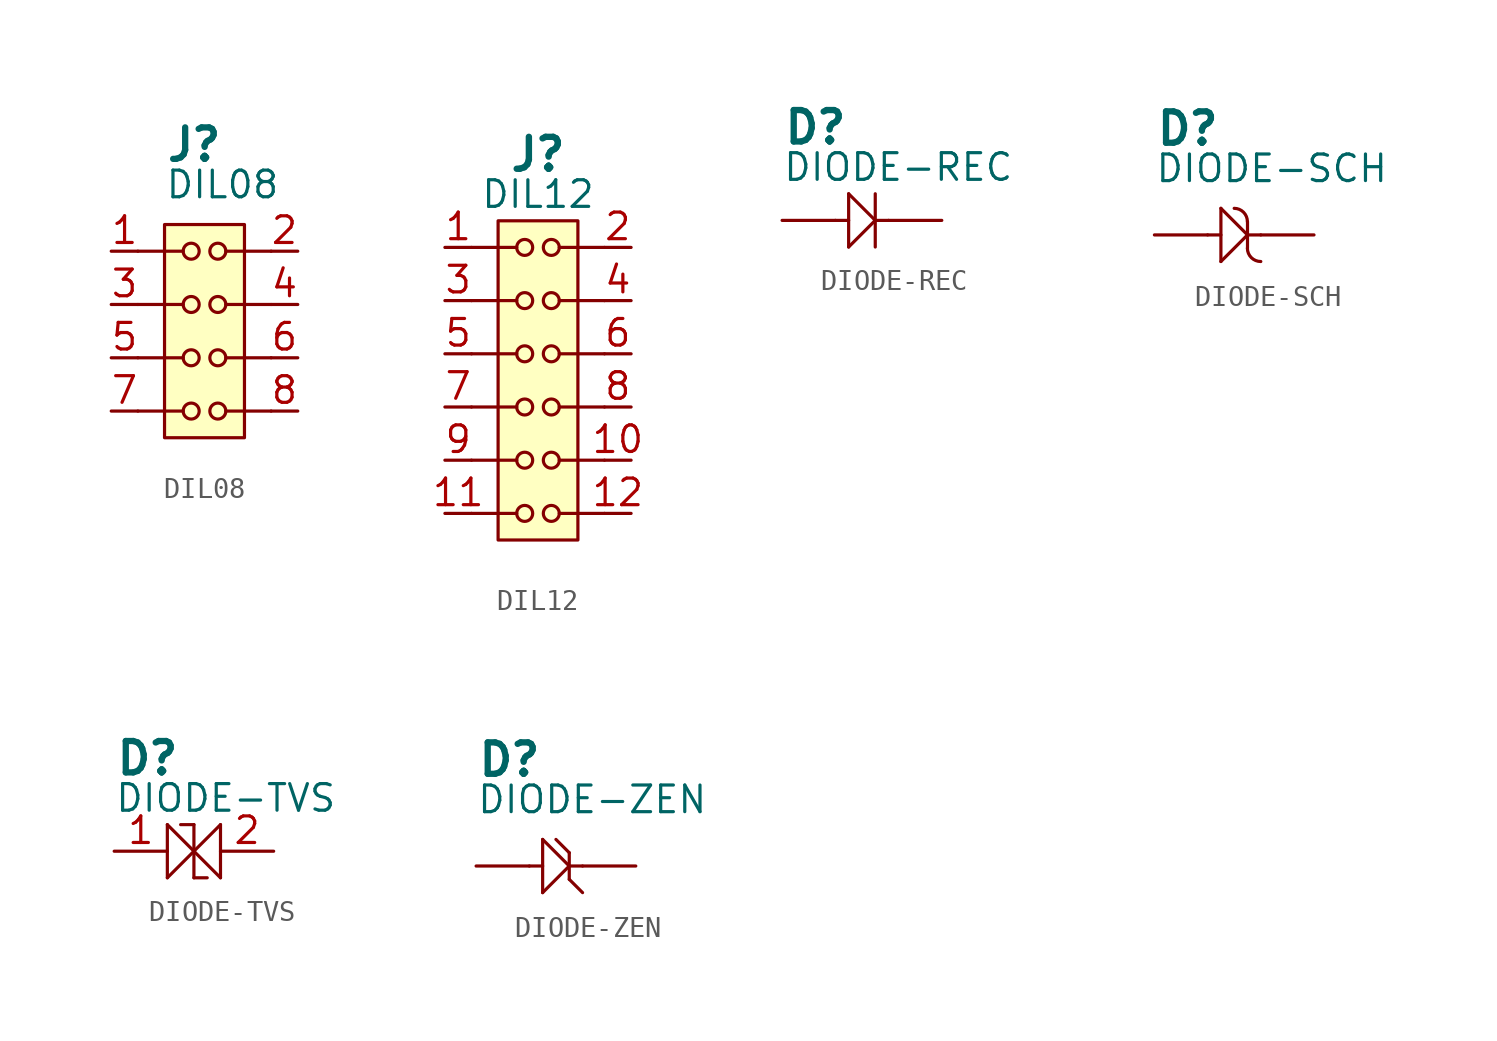
<source format=kicad_sym>
(kicad_symbol_lib
  (version 20231120)
  (generator "kicad_symbol_editor")
  (generator_version "8.0")
  (symbol "DIL08"
    (pin_names hide)
    (property "Reference" "J"
      (at 0 0 0)
      (effects (font (size 1.5 1.5) (bold yes)) (justify left)))
    (property "Value" "DIL08"
      (at 0 -1.905 0)
      (effects (font (size 1.27 1.27)) (justify left)))
    (symbol "DIL08_0_0"
      (polyline (pts (xy -1.27 -12.7) (xy 0.889 -12.7)) (stroke (width 0) (type default)) (fill (type none)))
      (polyline (pts (xy -1.27 -10.16) (xy 0.889 -10.16)) (stroke (width 0) (type default)) (fill (type none)))
      (polyline (pts (xy -1.27 -7.62) (xy 0.889 -7.62)) (stroke (width 0) (type default)) (fill (type none)))
      (polyline (pts (xy -1.27 -5.08) (xy 0.889 -5.08)) (stroke (width 0) (type default)) (fill (type none)))
      (polyline (pts (xy 5.08 -12.7) (xy 2.921 -12.7)) (stroke (width 0) (type default)) (fill (type none)))
      (polyline (pts (xy 5.08 -10.16) (xy 2.921 -10.16)) (stroke (width 0) (type default)) (fill (type none)))
      (polyline (pts (xy 5.08 -7.62) (xy 2.921 -7.62)) (stroke (width 0) (type default)) (fill (type none)))
      (polyline (pts (xy 5.08 -5.08) (xy 2.921 -5.08)) (stroke (width 0) (type default)) (fill (type none))))
    (symbol "DIL08_1_0"
      (rectangle (start 0 -3.81) (end 3.81 -13.97) (stroke (width 0) (type default)) (fill (type background)))
      (circle (center 1.27 -12.7) (radius 0.381) (stroke (width 0) (type default)) (fill (type none)))
      (circle (center 1.27 -10.16) (radius 0.381) (stroke (width 0) (type default)) (fill (type none)))
      (circle (center 1.27 -7.62) (radius 0.381) (stroke (width 0) (type default)) (fill (type none)))
      (circle (center 1.27 -5.08) (radius 0.381) (stroke (width 0) (type default)) (fill (type none)))
      (circle (center 2.54 -12.7) (radius 0.381) (stroke (width 0) (type default)) (fill (type none)))
      (circle (center 2.54 -10.16) (radius 0.381) (stroke (width 0) (type default)) (fill (type none)))
      (circle (center 2.54 -7.62) (radius 0.381) (stroke (width 0) (type default)) (fill (type none)))
      (circle (center 2.54 -5.08) (radius 0.381) (stroke (width 0) (type default)) (fill (type none)))
      (pin passive line (at -2.54 -5.08 0) (length 1.27) (name "1" (effects (font (size 1.27 1.27)))) (number "1" (effects (font (size 1.27 1.27)))))
      (pin passive line (at 6.35 -5.08 180) (length 1.27) (name "2" (effects (font (size 1.27 1.27)))) (number "2" (effects (font (size 1.27 1.27)))))
      (pin passive line (at -2.54 -7.62 0) (length 1.27) (name "3" (effects (font (size 1.27 1.27)))) (number "3" (effects (font (size 1.27 1.27)))))
      (pin passive line (at 6.35 -7.62 180) (length 1.27) (name "4" (effects (font (size 1.27 1.27)))) (number "4" (effects (font (size 1.27 1.27)))))
      (pin passive line (at -2.54 -10.16 0) (length 1.27) (name "5" (effects (font (size 1.27 1.27)))) (number "5" (effects (font (size 1.27 1.27)))))
      (pin passive line (at 6.35 -10.16 180) (length 1.27) (name "6" (effects (font (size 1.27 1.27)))) (number "6" (effects (font (size 1.27 1.27)))))
      (pin passive line (at -2.54 -12.7 0) (length 1.27) (name "7" (effects (font (size 1.27 1.27)))) (number "7" (effects (font (size 1.27 1.27)))))
      (pin passive line (at 6.35 -12.7 180) (length 1.27) (name "8" (effects (font (size 1.27 1.27)))) (number "8" (effects (font (size 1.27 1.27)))))))
  (symbol "DIL12"
    (pin_names hide)
    (property "Reference" "J"
      (at 0 0 0)
      (effects (font (size 1.524 1.524) (bold yes))))
    (property "Value" "DIL12"
      (at 0 -1.905 0)
      (effects (font (size 1.27 1.27))))
    (symbol "DIL12_0_0"
      (polyline (pts (xy -3.175 -17.145) (xy -1.016 -17.145)) (stroke (width 0) (type default)) (fill (type none)))
      (polyline (pts (xy -3.175 -14.605) (xy -1.016 -14.605)) (stroke (width 0) (type default)) (fill (type none)))
      (polyline (pts (xy -3.175 -12.065) (xy -1.016 -12.065)) (stroke (width 0) (type default)) (fill (type none)))
      (polyline (pts (xy -3.175 -9.525) (xy -1.016 -9.525)) (stroke (width 0) (type default)) (fill (type none)))
      (polyline (pts (xy -3.175 -6.985) (xy -1.016 -6.985)) (stroke (width 0) (type default)) (fill (type none)))
      (polyline (pts (xy -3.175 -4.445) (xy -1.016 -4.445)) (stroke (width 0) (type default)) (fill (type none)))
      (polyline (pts (xy 3.175 -17.145) (xy 1.016 -17.145)) (stroke (width 0) (type default)) (fill (type none)))
      (polyline (pts (xy 3.175 -14.605) (xy 1.016 -14.605)) (stroke (width 0) (type default)) (fill (type none)))
      (polyline (pts (xy 3.175 -12.065) (xy 1.016 -12.065)) (stroke (width 0) (type default)) (fill (type none)))
      (polyline (pts (xy 3.175 -9.525) (xy 1.016 -9.525)) (stroke (width 0) (type default)) (fill (type none)))
      (polyline (pts (xy 3.175 -6.985) (xy 1.016 -6.985)) (stroke (width 0) (type default)) (fill (type none)))
      (polyline (pts (xy 3.175 -4.445) (xy 1.016 -4.445)) (stroke (width 0) (type default)) (fill (type none))))
    (symbol "DIL12_1_0"
      (rectangle (start -1.905 -3.175) (end 1.905 -18.415) (stroke (width 0) (type default)) (fill (type background)))
      (circle (center -0.635 -17.145) (radius 0.381) (stroke (width 0) (type default)) (fill (type none)))
      (circle (center -0.635 -14.605) (radius 0.381) (stroke (width 0) (type default)) (fill (type none)))
      (circle (center -0.635 -12.065) (radius 0.381) (stroke (width 0) (type default)) (fill (type none)))
      (circle (center -0.635 -9.525) (radius 0.381) (stroke (width 0) (type default)) (fill (type none)))
      (circle (center -0.635 -6.985) (radius 0.381) (stroke (width 0) (type default)) (fill (type none)))
      (circle (center -0.635 -4.445) (radius 0.381) (stroke (width 0) (type default)) (fill (type none)))
      (circle (center 0.635 -17.145) (radius 0.381) (stroke (width 0) (type default)) (fill (type none)))
      (circle (center 0.635 -14.605) (radius 0.381) (stroke (width 0) (type default)) (fill (type none)))
      (circle (center 0.635 -12.065) (radius 0.381) (stroke (width 0) (type default)) (fill (type none)))
      (circle (center 0.635 -9.525) (radius 0.381) (stroke (width 0) (type default)) (fill (type none)))
      (circle (center 0.635 -6.985) (radius 0.381) (stroke (width 0) (type default)) (fill (type none)))
      (circle (center 0.635 -4.445) (radius 0.381) (stroke (width 0) (type default)) (fill (type none)))
      (pin passive line (at -4.445 -4.445 0) (length 1.27) (name "1" (effects (font (size 1.27 1.27)))) (number "1" (effects (font (size 1.27 1.27)))))
      (pin passive line (at 4.445 -14.605 180) (length 1.27) (name "10" (effects (font (size 1.27 1.27)))) (number "10" (effects (font (size 1.27 1.27)))))
      (pin passive line (at -4.445 -17.145 0) (length 1.27) (name "11" (effects (font (size 1.27 1.27)))) (number "11" (effects (font (size 1.27 1.27)))))
      (pin passive line (at 4.445 -17.145 180) (length 1.27) (name "12" (effects (font (size 1.27 1.27)))) (number "12" (effects (font (size 1.27 1.27)))))
      (pin passive line (at 4.445 -4.445 180) (length 1.27) (name "2" (effects (font (size 1.27 1.27)))) (number "2" (effects (font (size 1.27 1.27)))))
      (pin passive line (at -4.445 -6.985 0) (length 1.27) (name "3" (effects (font (size 1.27 1.27)))) (number "3" (effects (font (size 1.27 1.27)))))
      (pin passive line (at 4.445 -6.985 180) (length 1.27) (name "4" (effects (font (size 1.27 1.27)))) (number "4" (effects (font (size 1.27 1.27)))))
      (pin passive line (at -4.445 -9.525 0) (length 1.27) (name "5" (effects (font (size 1.27 1.27)))) (number "5" (effects (font (size 1.27 1.27)))))
      (pin passive line (at 4.445 -9.525 180) (length 1.27) (name "6" (effects (font (size 1.27 1.27)))) (number "6" (effects (font (size 1.27 1.27)))))
      (pin passive line (at -4.445 -12.065 0) (length 1.27) (name "7" (effects (font (size 1.27 1.27)))) (number "7" (effects (font (size 1.27 1.27)))))
      (pin passive line (at 4.445 -12.065 180) (length 1.27) (name "8" (effects (font (size 1.27 1.27)))) (number "8" (effects (font (size 1.27 1.27)))))
      (pin passive line (at -4.445 -14.605 0) (length 1.27) (name "9" (effects (font (size 1.27 1.27)))) (number "9" (effects (font (size 1.27 1.27)))))))
  (symbol "DIODE-REC"
    (pin_numbers hide)
    (pin_names hide)
    (property "Reference" "D"
      (at -3.175 0 0)
      (effects (font (size 1.5 1.5) (bold yes)) (justify left)))
    (property "Value" "DIODE-REC"
      (at -3.175 -1.905 0)
      (effects (font (size 1.27 1.27)) (justify left)))
    (symbol "DIODE-REC_0_1"
      (polyline (pts (xy -0.635 -4.445) (xy 0 -4.445)) (stroke (width 0) (type default)) (fill (type none)))
      (polyline (pts (xy 0 -3.175) (xy 0 -5.715)) (stroke (width 0) (type default)) (fill (type none)))
      (polyline (pts (xy 1.27 -4.445) (xy 1.905 -4.445)) (stroke (width 0) (type default)) (fill (type none)))
      (polyline (pts (xy 1.27 -3.175) (xy 1.27 -5.715)) (stroke (width 0) (type default)) (fill (type none)))
      (polyline (pts (xy 0 -3.175) (xy 1.27 -4.445) (xy 0 -5.715)) (stroke (width 0) (type default)) (fill (type none))))
    (symbol "DIODE-REC_1_1"
      (pin bidirectional line (at -3.175 -4.445 0) (length 2.54) (name "A" (effects (font (size 1.27 1.27)))) (number "A" (effects (font (size 1.27 1.27)))))
      (pin bidirectional line (at 4.445 -4.445 180) (length 2.54) (name "K" (effects (font (size 1.27 1.27)))) (number "K" (effects (font (size 1.27 1.27)))))))
  (symbol "DIODE-SCH"
    (pin_numbers hide)
    (pin_names hide)
    (property "Reference" "D"
      (at 0 0 0)
      (effects (font (size 1.5 1.5) (bold yes)) (justify left)))
    (property "Value" "DIODE-SCH"
      (at 0 -1.905 0)
      (effects (font (size 1.27 1.27)) (justify left)))
    (symbol "DIODE-SCH_0_1"
      (polyline (pts (xy 2.54 -5.08) (xy 3.175 -5.08)) (stroke (width 0) (type default)) (fill (type none)))
      (polyline (pts (xy 3.175 -3.81) (xy 3.175 -6.35)) (stroke (width 0) (type default)) (fill (type none)))
      (polyline (pts (xy 4.445 -5.08) (xy 5.08 -5.08)) (stroke (width 0) (type default)) (fill (type none)))
      (polyline (pts (xy 4.445 -4.445) (xy 4.445 -5.715)) (stroke (width 0) (type default)) (fill (type none)))
      (polyline (pts (xy 3.175 -3.81) (xy 4.445 -5.08) (xy 3.175 -6.35)) (stroke (width 0) (type default)) (fill (type none)))
      (arc (start 4.445 -5.715) (mid 4.631 -6.164) (end 5.08 -6.35) (stroke (width 0) (type default)) (fill (type none)))
      (arc (start 4.445 -4.445) (mid 4.259 -3.996) (end 3.81 -3.81) (stroke (width 0) (type default)) (fill (type none))))
    (symbol "DIODE-SCH_1_1"
      (pin bidirectional line (at 0 -5.08 0) (length 2.54) (name "A" (effects (font (size 1.27 1.27)))) (number "A" (effects (font (size 1.27 1.27)))))
      (pin bidirectional line (at 7.62 -5.08 180) (length 2.54) (name "K" (effects (font (size 1.27 1.27)))) (number "K" (effects (font (size 1.27 1.27)))))))
  (symbol "DIODE-TVS"
    (pin_names hide)
    (property "Reference" "D"
      (at 0 -0.635 0)
      (effects (font (size 1.5 1.5) (bold yes)) (justify left)))
    (property "Value" "DIODE-TVS"
      (at 0 -2.54 0)
      (effects (font (size 1.27 1.27)) (justify left)))
    (symbol "DIODE-TVS_0_1"
      (polyline (pts (xy 2.54 -3.81) (xy 2.54 -6.35)) (stroke (width 0) (type default)) (fill (type none)))
      (polyline (pts (xy 3.81 -6.35) (xy 4.445 -6.35)) (stroke (width 0) (type default)) (fill (type none)))
      (polyline (pts (xy 3.81 -3.81) (xy 3.175 -3.81)) (stroke (width 0) (type default)) (fill (type none)))
      (polyline (pts (xy 3.81 -3.81) (xy 3.81 -6.35)) (stroke (width 0) (type default)) (fill (type none)))
      (polyline (pts (xy 5.08 -3.81) (xy 5.08 -6.35)) (stroke (width 0) (type default)) (fill (type none)))
      (polyline (pts (xy 2.54 -3.81) (xy 3.81 -5.08) (xy 2.54 -6.35)) (stroke (width 0) (type default)) (fill (type none)))
      (polyline (pts (xy 5.08 -3.81) (xy 3.81 -5.08) (xy 5.08 -6.35)) (stroke (width 0) (type default)) (fill (type none))))
    (symbol "DIODE-TVS_1_1"
      (pin bidirectional line (at 0 -5.08 0) (length 2.54) (name "A1" (effects (font (size 1.27 1.27)))) (number "1" (effects (font (size 1.27 1.27)))))
      (pin bidirectional line (at 7.62 -5.08 180) (length 2.54) (name "A2" (effects (font (size 1.27 1.27)))) (number "2" (effects (font (size 1.27 1.27)))))))
  (symbol "DIODE-ZEN"
    (pin_numbers hide)
    (pin_names hide)
    (property "Reference" "D"
      (at 0 0 0)
      (effects (font (size 1.5 1.5) (bold yes)) (justify left)))
    (property "Value" "DIODE-ZEN"
      (at 0 -1.905 0)
      (effects (font (size 1.27 1.27)) (justify left)))
    (symbol "DIODE-ZEN_0_1"
      (polyline (pts (xy 2.54 -5.08) (xy 3.175 -5.08)) (stroke (width 0) (type default)) (fill (type none)))
      (polyline (pts (xy 3.175 -3.81) (xy 3.175 -6.35)) (stroke (width 0) (type default)) (fill (type none)))
      (polyline (pts (xy 4.445 -5.715) (xy 5.08 -6.35)) (stroke (width 0) (type default)) (fill (type none)))
      (polyline (pts (xy 4.445 -5.08) (xy 5.08 -5.08)) (stroke (width 0) (type default)) (fill (type none)))
      (polyline (pts (xy 4.445 -4.445) (xy 3.81 -3.81)) (stroke (width 0) (type default)) (fill (type none)))
      (polyline (pts (xy 4.445 -4.445) (xy 4.445 -5.715)) (stroke (width 0) (type default)) (fill (type none)))
      (polyline (pts (xy 3.175 -3.81) (xy 4.445 -5.08) (xy 3.175 -6.35)) (stroke (width 0) (type default)) (fill (type none))))
    (symbol "DIODE-ZEN_1_1"
      (pin bidirectional line (at 0 -5.08 0) (length 2.54) (name "A" (effects (font (size 1.27 1.27)))) (number "A" (effects (font (size 1.27 1.27)))))
      (pin bidirectional line (at 7.62 -5.08 180) (length 2.54) (name "K" (effects (font (size 1.27 1.27)))) (number "K" (effects (font (size 1.27 1.27))))))))
</source>
